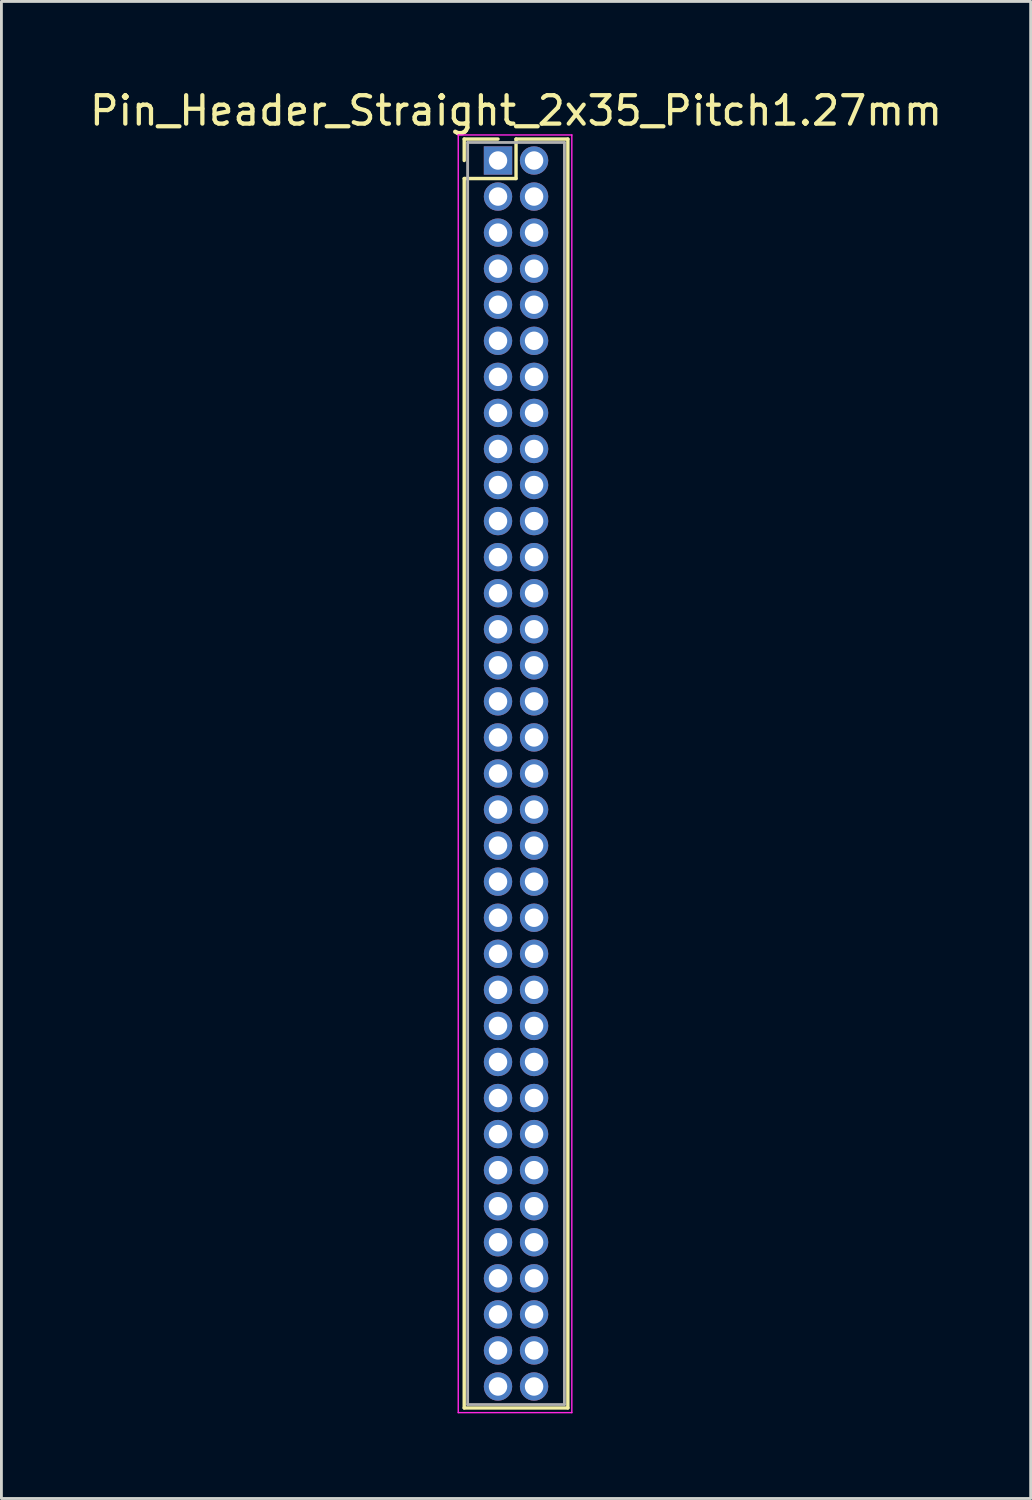
<source format=kicad_pcb>
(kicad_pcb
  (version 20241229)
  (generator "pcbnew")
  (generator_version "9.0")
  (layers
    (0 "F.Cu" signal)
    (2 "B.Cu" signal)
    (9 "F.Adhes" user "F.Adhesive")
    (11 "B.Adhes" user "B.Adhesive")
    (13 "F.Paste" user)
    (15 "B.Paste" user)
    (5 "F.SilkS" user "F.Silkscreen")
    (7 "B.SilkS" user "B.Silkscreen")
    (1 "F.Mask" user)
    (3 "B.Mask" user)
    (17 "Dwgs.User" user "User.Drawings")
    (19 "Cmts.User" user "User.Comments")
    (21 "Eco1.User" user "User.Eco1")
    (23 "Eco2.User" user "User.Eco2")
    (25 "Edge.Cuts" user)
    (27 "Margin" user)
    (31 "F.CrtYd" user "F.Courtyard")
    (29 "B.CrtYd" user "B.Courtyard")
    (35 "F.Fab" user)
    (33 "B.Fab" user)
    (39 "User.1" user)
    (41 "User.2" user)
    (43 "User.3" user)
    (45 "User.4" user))
  (footprint "Pin_Header_Straight_2x35_Pitch1.27mm"
    (layer "F.Cu")
    (at 14.49 2.603)
    (property "Reference" "Pin_Header_Straight_2x35_Pitch1.27mm" (at 0.635 -1.755 0) (layer "F.SilkS") (effects (font (size 1 1) (thickness 0.15))))
    (attr through_hole)
    (fp_line (start -1.19 -0.755) (end 0 -0.755) (stroke (width 0.12) (type solid)) (layer "F.SilkS"))
    (fp_line (start -1.19 0) (end -1.19 -0.755) (stroke (width 0.12) (type solid)) (layer "F.SilkS"))
    (fp_line (start -1.19 0.635) (end -1.19 43.935) (stroke (width 0.12) (type solid)) (layer "F.SilkS"))
    (fp_line (start -1.19 43.935) (end 2.46 43.935) (stroke (width 0.12) (type solid)) (layer "F.SilkS"))
    (fp_line (start 0.635 -0.755) (end 0.635 0.635) (stroke (width 0.12) (type solid)) (layer "F.SilkS"))
    (fp_line (start 0.635 0.635) (end -1.19 0.635) (stroke (width 0.12) (type solid)) (layer "F.SilkS"))
    (fp_line (start 2.46 -0.755) (end 0.635 -0.755) (stroke (width 0.12) (type solid)) (layer "F.SilkS"))
    (fp_line (start 2.46 43.935) (end 2.46 -0.755) (stroke (width 0.12) (type solid)) (layer "F.SilkS"))
    (fp_line (start -1.4 -0.9) (end -1.4 44.1) (stroke (width 0.05) (type solid)) (layer "F.CrtYd"))
    (fp_line (start -1.4 44.1) (end 2.6 44.1) (stroke (width 0.05) (type solid)) (layer "F.CrtYd"))
    (fp_line (start 2.6 -0.9) (end -1.4 -0.9) (stroke (width 0.05) (type solid)) (layer "F.CrtYd"))
    (fp_line (start 2.6 44.1) (end 2.6 -0.9) (stroke (width 0.05) (type solid)) (layer "F.CrtYd"))
    (fp_line (start -1.07 -0.635) (end -1.07 43.815) (stroke (width 0.1) (type solid)) (layer "F.Fab"))
    (fp_line (start -1.07 43.815) (end 2.34 43.815) (stroke (width 0.1) (type solid)) (layer "F.Fab"))
    (fp_line (start 2.34 -0.635) (end -1.07 -0.635) (stroke (width 0.1) (type solid)) (layer "F.Fab"))
    (fp_line (start 2.34 43.815) (end 2.34 -0.635) (stroke (width 0.1) (type solid)) (layer "F.Fab"))
    (pad "1" thru_hole rect (at 0 0) (size 1 1) (drill 0.65) (layers "*.Cu" "*.Mask"))
    (pad "2" thru_hole oval (at 1.27 0) (size 1 1) (drill 0.65) (layers "*.Cu" "*.Mask"))
    (pad "3" thru_hole oval (at 0 1.27) (size 1 1) (drill 0.65) (layers "*.Cu" "*.Mask"))
    (pad "4" thru_hole oval (at 1.27 1.27) (size 1 1) (drill 0.65) (layers "*.Cu" "*.Mask"))
    (pad "5" thru_hole oval (at 0 2.54) (size 1 1) (drill 0.65) (layers "*.Cu" "*.Mask"))
    (pad "6" thru_hole oval (at 1.27 2.54) (size 1 1) (drill 0.65) (layers "*.Cu" "*.Mask"))
    (pad "7" thru_hole oval (at 0 3.81) (size 1 1) (drill 0.65) (layers "*.Cu" "*.Mask"))
    (pad "8" thru_hole oval (at 1.27 3.81) (size 1 1) (drill 0.65) (layers "*.Cu" "*.Mask"))
    (pad "9" thru_hole oval (at 0 5.08) (size 1 1) (drill 0.65) (layers "*.Cu" "*.Mask"))
    (pad "10" thru_hole oval (at 1.27 5.08) (size 1 1) (drill 0.65) (layers "*.Cu" "*.Mask"))
    (pad "11" thru_hole oval (at 0 6.35) (size 1 1) (drill 0.65) (layers "*.Cu" "*.Mask"))
    (pad "12" thru_hole oval (at 1.27 6.35) (size 1 1) (drill 0.65) (layers "*.Cu" "*.Mask"))
    (pad "13" thru_hole oval (at 0 7.62) (size 1 1) (drill 0.65) (layers "*.Cu" "*.Mask"))
    (pad "14" thru_hole oval (at 1.27 7.62) (size 1 1) (drill 0.65) (layers "*.Cu" "*.Mask"))
    (pad "15" thru_hole oval (at 0 8.89) (size 1 1) (drill 0.65) (layers "*.Cu" "*.Mask"))
    (pad "16" thru_hole oval (at 1.27 8.89) (size 1 1) (drill 0.65) (layers "*.Cu" "*.Mask"))
    (pad "17" thru_hole oval (at 0 10.16) (size 1 1) (drill 0.65) (layers "*.Cu" "*.Mask"))
    (pad "18" thru_hole oval (at 1.27 10.16) (size 1 1) (drill 0.65) (layers "*.Cu" "*.Mask"))
    (pad "19" thru_hole oval (at 0 11.43) (size 1 1) (drill 0.65) (layers "*.Cu" "*.Mask"))
    (pad "20" thru_hole oval (at 1.27 11.43) (size 1 1) (drill 0.65) (layers "*.Cu" "*.Mask"))
    (pad "21" thru_hole oval (at 0 12.7) (size 1 1) (drill 0.65) (layers "*.Cu" "*.Mask"))
    (pad "22" thru_hole oval (at 1.27 12.7) (size 1 1) (drill 0.65) (layers "*.Cu" "*.Mask"))
    (pad "23" thru_hole oval (at 0 13.97) (size 1 1) (drill 0.65) (layers "*.Cu" "*.Mask"))
    (pad "24" thru_hole oval (at 1.27 13.97) (size 1 1) (drill 0.65) (layers "*.Cu" "*.Mask"))
    (pad "25" thru_hole oval (at 0 15.24) (size 1 1) (drill 0.65) (layers "*.Cu" "*.Mask"))
    (pad "26" thru_hole oval (at 1.27 15.24) (size 1 1) (drill 0.65) (layers "*.Cu" "*.Mask"))
    (pad "27" thru_hole oval (at 0 16.51) (size 1 1) (drill 0.65) (layers "*.Cu" "*.Mask"))
    (pad "28" thru_hole oval (at 1.27 16.51) (size 1 1) (drill 0.65) (layers "*.Cu" "*.Mask"))
    (pad "29" thru_hole oval (at 0 17.78) (size 1 1) (drill 0.65) (layers "*.Cu" "*.Mask"))
    (pad "30" thru_hole oval (at 1.27 17.78) (size 1 1) (drill 0.65) (layers "*.Cu" "*.Mask"))
    (pad "31" thru_hole oval (at 0 19.05) (size 1 1) (drill 0.65) (layers "*.Cu" "*.Mask"))
    (pad "32" thru_hole oval (at 1.27 19.05) (size 1 1) (drill 0.65) (layers "*.Cu" "*.Mask"))
    (pad "33" thru_hole oval (at 0 20.32) (size 1 1) (drill 0.65) (layers "*.Cu" "*.Mask"))
    (pad "34" thru_hole oval (at 1.27 20.32) (size 1 1) (drill 0.65) (layers "*.Cu" "*.Mask"))
    (pad "35" thru_hole oval (at 0 21.59) (size 1 1) (drill 0.65) (layers "*.Cu" "*.Mask"))
    (pad "36" thru_hole oval (at 1.27 21.59) (size 1 1) (drill 0.65) (layers "*.Cu" "*.Mask"))
    (pad "37" thru_hole oval (at 0 22.86) (size 1 1) (drill 0.65) (layers "*.Cu" "*.Mask"))
    (pad "38" thru_hole oval (at 1.27 22.86) (size 1 1) (drill 0.65) (layers "*.Cu" "*.Mask"))
    (pad "39" thru_hole oval (at 0 24.13) (size 1 1) (drill 0.65) (layers "*.Cu" "*.Mask"))
    (pad "40" thru_hole oval (at 1.27 24.13) (size 1 1) (drill 0.65) (layers "*.Cu" "*.Mask"))
    (pad "41" thru_hole oval (at 0 25.4) (size 1 1) (drill 0.65) (layers "*.Cu" "*.Mask"))
    (pad "42" thru_hole oval (at 1.27 25.4) (size 1 1) (drill 0.65) (layers "*.Cu" "*.Mask"))
    (pad "43" thru_hole oval (at 0 26.67) (size 1 1) (drill 0.65) (layers "*.Cu" "*.Mask"))
    (pad "44" thru_hole oval (at 1.27 26.67) (size 1 1) (drill 0.65) (layers "*.Cu" "*.Mask"))
    (pad "45" thru_hole oval (at 0 27.94) (size 1 1) (drill 0.65) (layers "*.Cu" "*.Mask"))
    (pad "46" thru_hole oval (at 1.27 27.94) (size 1 1) (drill 0.65) (layers "*.Cu" "*.Mask"))
    (pad "47" thru_hole oval (at 0 29.21) (size 1 1) (drill 0.65) (layers "*.Cu" "*.Mask"))
    (pad "48" thru_hole oval (at 1.27 29.21) (size 1 1) (drill 0.65) (layers "*.Cu" "*.Mask"))
    (pad "49" thru_hole oval (at 0 30.48) (size 1 1) (drill 0.65) (layers "*.Cu" "*.Mask"))
    (pad "50" thru_hole oval (at 1.27 30.48) (size 1 1) (drill 0.65) (layers "*.Cu" "*.Mask"))
    (pad "51" thru_hole oval (at 0 31.75) (size 1 1) (drill 0.65) (layers "*.Cu" "*.Mask"))
    (pad "52" thru_hole oval (at 1.27 31.75) (size 1 1) (drill 0.65) (layers "*.Cu" "*.Mask"))
    (pad "53" thru_hole oval (at 0 33.02) (size 1 1) (drill 0.65) (layers "*.Cu" "*.Mask"))
    (pad "54" thru_hole oval (at 1.27 33.02) (size 1 1) (drill 0.65) (layers "*.Cu" "*.Mask"))
    (pad "55" thru_hole oval (at 0 34.29) (size 1 1) (drill 0.65) (layers "*.Cu" "*.Mask"))
    (pad "56" thru_hole oval (at 1.27 34.29) (size 1 1) (drill 0.65) (layers "*.Cu" "*.Mask"))
    (pad "57" thru_hole oval (at 0 35.56) (size 1 1) (drill 0.65) (layers "*.Cu" "*.Mask"))
    (pad "58" thru_hole oval (at 1.27 35.56) (size 1 1) (drill 0.65) (layers "*.Cu" "*.Mask"))
    (pad "59" thru_hole oval (at 0 36.83) (size 1 1) (drill 0.65) (layers "*.Cu" "*.Mask"))
    (pad "60" thru_hole oval (at 1.27 36.83) (size 1 1) (drill 0.65) (layers "*.Cu" "*.Mask"))
    (pad "61" thru_hole oval (at 0 38.1) (size 1 1) (drill 0.65) (layers "*.Cu" "*.Mask"))
    (pad "62" thru_hole oval (at 1.27 38.1) (size 1 1) (drill 0.65) (layers "*.Cu" "*.Mask"))
    (pad "63" thru_hole oval (at 0 39.37) (size 1 1) (drill 0.65) (layers "*.Cu" "*.Mask"))
    (pad "64" thru_hole oval (at 1.27 39.37) (size 1 1) (drill 0.65) (layers "*.Cu" "*.Mask"))
    (pad "65" thru_hole oval (at 0 40.64) (size 1 1) (drill 0.65) (layers "*.Cu" "*.Mask"))
    (pad "66" thru_hole oval (at 1.27 40.64) (size 1 1) (drill 0.65) (layers "*.Cu" "*.Mask"))
    (pad "67" thru_hole oval (at 0 41.91) (size 1 1) (drill 0.65) (layers "*.Cu" "*.Mask"))
    (pad "68" thru_hole oval (at 1.27 41.91) (size 1 1) (drill 0.65) (layers "*.Cu" "*.Mask"))
    (pad "69" thru_hole oval (at 0 43.18) (size 1 1) (drill 0.65) (layers "*.Cu" "*.Mask"))
    (pad "70" thru_hole oval (at 1.27 43.18) (size 1 1) (drill 0.65) (layers "*.Cu" "*.Mask")))
  (gr_rect
    (start -3 -3)
    (end 33.25 49.728)
    (stroke (width 0.1) (type default))
    (fill no)
    (layer "Edge.Cuts")))
</source>
